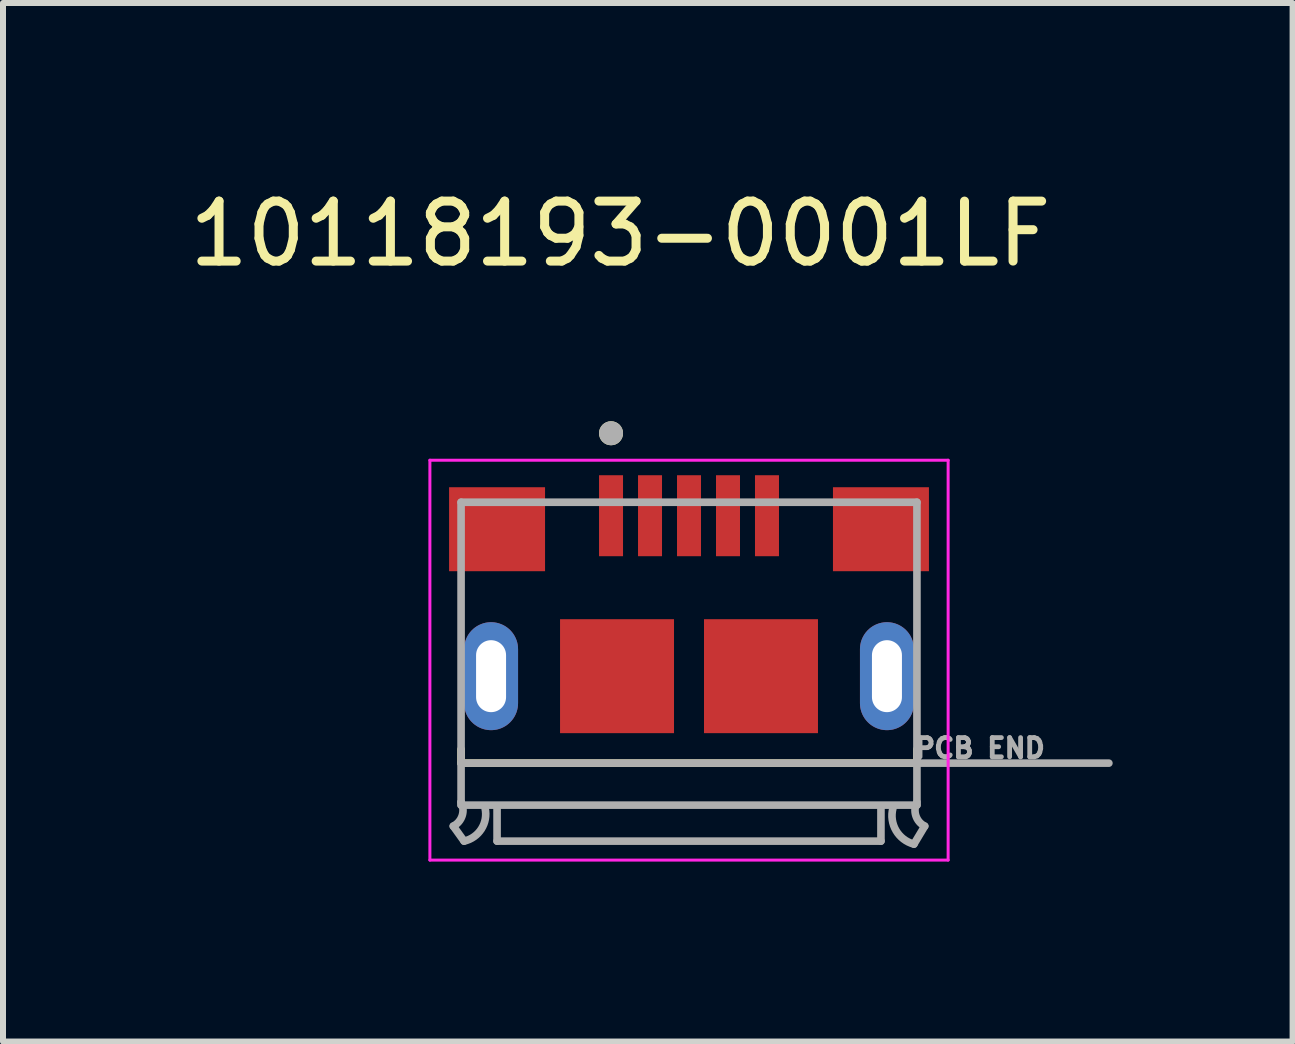
<source format=kicad_pcb>
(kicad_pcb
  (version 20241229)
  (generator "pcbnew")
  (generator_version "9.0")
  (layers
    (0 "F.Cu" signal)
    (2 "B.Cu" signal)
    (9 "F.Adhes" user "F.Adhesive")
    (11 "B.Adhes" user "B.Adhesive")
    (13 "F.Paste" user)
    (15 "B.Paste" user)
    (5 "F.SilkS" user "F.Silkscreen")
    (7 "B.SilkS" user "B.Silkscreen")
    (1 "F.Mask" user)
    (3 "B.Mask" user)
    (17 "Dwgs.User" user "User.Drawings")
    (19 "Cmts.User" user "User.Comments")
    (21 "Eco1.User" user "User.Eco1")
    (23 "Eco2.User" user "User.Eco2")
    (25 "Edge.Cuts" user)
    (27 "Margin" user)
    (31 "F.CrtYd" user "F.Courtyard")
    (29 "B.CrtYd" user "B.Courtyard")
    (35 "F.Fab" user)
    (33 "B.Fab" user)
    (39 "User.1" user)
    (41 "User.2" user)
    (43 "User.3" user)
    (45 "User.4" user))
  (footprint "10118193-0001LF"
    (layer "F.Cu")
    (at 8.437 8.223)
    (property "Reference" "10118193-0001LF" (at -1.145 -7.375 0) (layer "F.SilkS") (effects (font (size 1 1) (thickness 0.15))))
    (attr smd)
    (fp_line (start -3.8 1.45) (end -3.8 1.22) (stroke (width 0.127) (type solid)) (layer "F.SilkS"))
    (fp_line (start -3.8 1.45) (end 3.8 1.45) (stroke (width 0.127) (type solid)) (layer "F.SilkS"))
    (fp_line (start 3.8 1.45) (end 3.8 1.22) (stroke (width 0.127) (type solid)) (layer "F.SilkS"))
    (fp_circle (center -1.3 -4.05) (end -1.2 -4.05) (stroke (width 0.2) (type solid)) (fill no) (layer "F.SilkS"))
    (fp_line (start -4.32 -3.6) (end -4.32 3.066) (stroke (width 0.05) (type solid)) (layer "F.CrtYd"))
    (fp_line (start -4.32 3.066) (end 4.32 3.066) (stroke (width 0.05) (type solid)) (layer "F.CrtYd"))
    (fp_line (start 4.32 -3.6) (end -4.32 -3.6) (stroke (width 0.05) (type solid)) (layer "F.CrtYd"))
    (fp_line (start 4.32 3.066) (end 4.32 -3.6) (stroke (width 0.05) (type solid)) (layer "F.CrtYd"))
    (fp_line (start -3.93 2.5) (end -3.75 2.75) (stroke (width 0.127) (type solid)) (layer "F.Fab"))
    (fp_line (start -3.8 -2.9) (end 3.8 -2.9) (stroke (width 0.127) (type solid)) (layer "F.Fab"))
    (fp_line (start -3.8 1.45) (end 3.8 1.45) (stroke (width 0.127) (type solid)) (layer "F.Fab"))
    (fp_line (start -3.8 2.1) (end -3.8 -2.9) (stroke (width 0.127) (type solid)) (layer "F.Fab"))
    (fp_line (start -3.8 2.15) (end -3.8 2.1) (stroke (width 0.127) (type solid)) (layer "F.Fab"))
    (fp_line (start -3.2 2.2) (end -3.2 2.75) (stroke (width 0.127) (type solid)) (layer "F.Fab"))
    (fp_line (start -3.2 2.75) (end 3.2 2.75) (stroke (width 0.127) (type solid)) (layer "F.Fab"))
    (fp_line (start 3.2 2.75) (end 3.2 2.2) (stroke (width 0.127) (type solid)) (layer "F.Fab"))
    (fp_line (start 3.8 -2.9) (end 3.8 1.45) (stroke (width 0.127) (type solid)) (layer "F.Fab"))
    (fp_line (start 3.8 1.45) (end 3.8 2.15) (stroke (width 0.127) (type solid)) (layer "F.Fab"))
    (fp_line (start 3.8 1.45) (end 7 1.45) (stroke (width 0.127) (type solid)) (layer "F.Fab"))
    (fp_line (start 3.8 2.15) (end -3.8 2.15) (stroke (width 0.127) (type solid)) (layer "F.Fab"))
    (fp_line (start 3.93 2.5) (end 3.75 2.8) (stroke (width 0.127) (type solid)) (layer "F.Fab"))
    (fp_arc (start -3.8 2.1) (mid -3.782157 2.326924) (end -3.93 2.5) (stroke (width 0.127) (type solid)) (layer "F.Fab"))
    (fp_arc (start -3.4 2.2) (mid -3.461091 2.547487) (end -3.75 2.75) (stroke (width 0.127) (type solid)) (layer "F.Fab"))
    (fp_arc (start 3.75 2.8) (mid 3.450736 2.572487) (end 3.4 2.2) (stroke (width 0.127) (type solid)) (layer "F.Fab"))
    (fp_arc (start 3.93 2.5) (mid 3.782157 2.326924) (end 3.8 2.1) (stroke (width 0.127) (type solid)) (layer "F.Fab"))
    (fp_circle (center -1.3 -4.05) (end -1.2 -4.05) (stroke (width 0.2) (type solid)) (fill no) (layer "F.Fab"))
    (fp_text user "PCB END" (at 4.85 1.2 0) (layer "F.Fab") (effects (font (size 0.32 0.32) (thickness 0.15))))
    (pad "1" smd rect (at -1.3 -2.675) (size 0.4 1.35) (layers "F.Cu" "F.Mask" "F.Paste"))
    (pad "2" smd rect (at -0.65 -2.675) (size 0.4 1.35) (layers "F.Cu" "F.Mask" "F.Paste"))
    (pad "3" smd rect (at 0 -2.675) (size 0.4 1.35) (layers "F.Cu" "F.Mask" "F.Paste"))
    (pad "4" smd rect (at 0.65 -2.675) (size 0.4 1.35) (layers "F.Cu" "F.Mask" "F.Paste"))
    (pad "5" smd rect (at 1.3 -2.675) (size 0.4 1.35) (layers "F.Cu" "F.Mask" "F.Paste"))
    (pad "S1" smd rect (at -3.2 -2.45) (size 1.6 1.4) (layers "F.Cu" "F.Mask" "F.Paste"))
    (pad "S2" smd rect (at 3.2 -2.45) (size 1.6 1.4) (layers "F.Cu" "F.Mask" "F.Paste"))
    (pad "S3" smd rect (at 1.2 0) (size 1.9 1.9) (layers "F.Cu" "F.Mask" "F.Paste"))
    (pad "S4" smd rect (at -1.2 0) (size 1.9 1.9) (layers "F.Cu" "F.Mask" "F.Paste"))
    (pad "S5" thru_hole oval (at -3.3 0) (size 0.9 1.8) (drill oval 0.5 1.2) (layers "*.Cu" "*.Mask"))
    (pad "S6" thru_hole oval (at 3.3 0) (size 0.9 1.8) (drill oval 0.5 1.2) (layers "*.Cu" "*.Mask")))
  (gr_rect
    (start -3 -3)
    (end 18.5 14.314)
    (stroke (width 0.1) (type default))
    (fill no)
    (layer "Edge.Cuts")))
</source>
